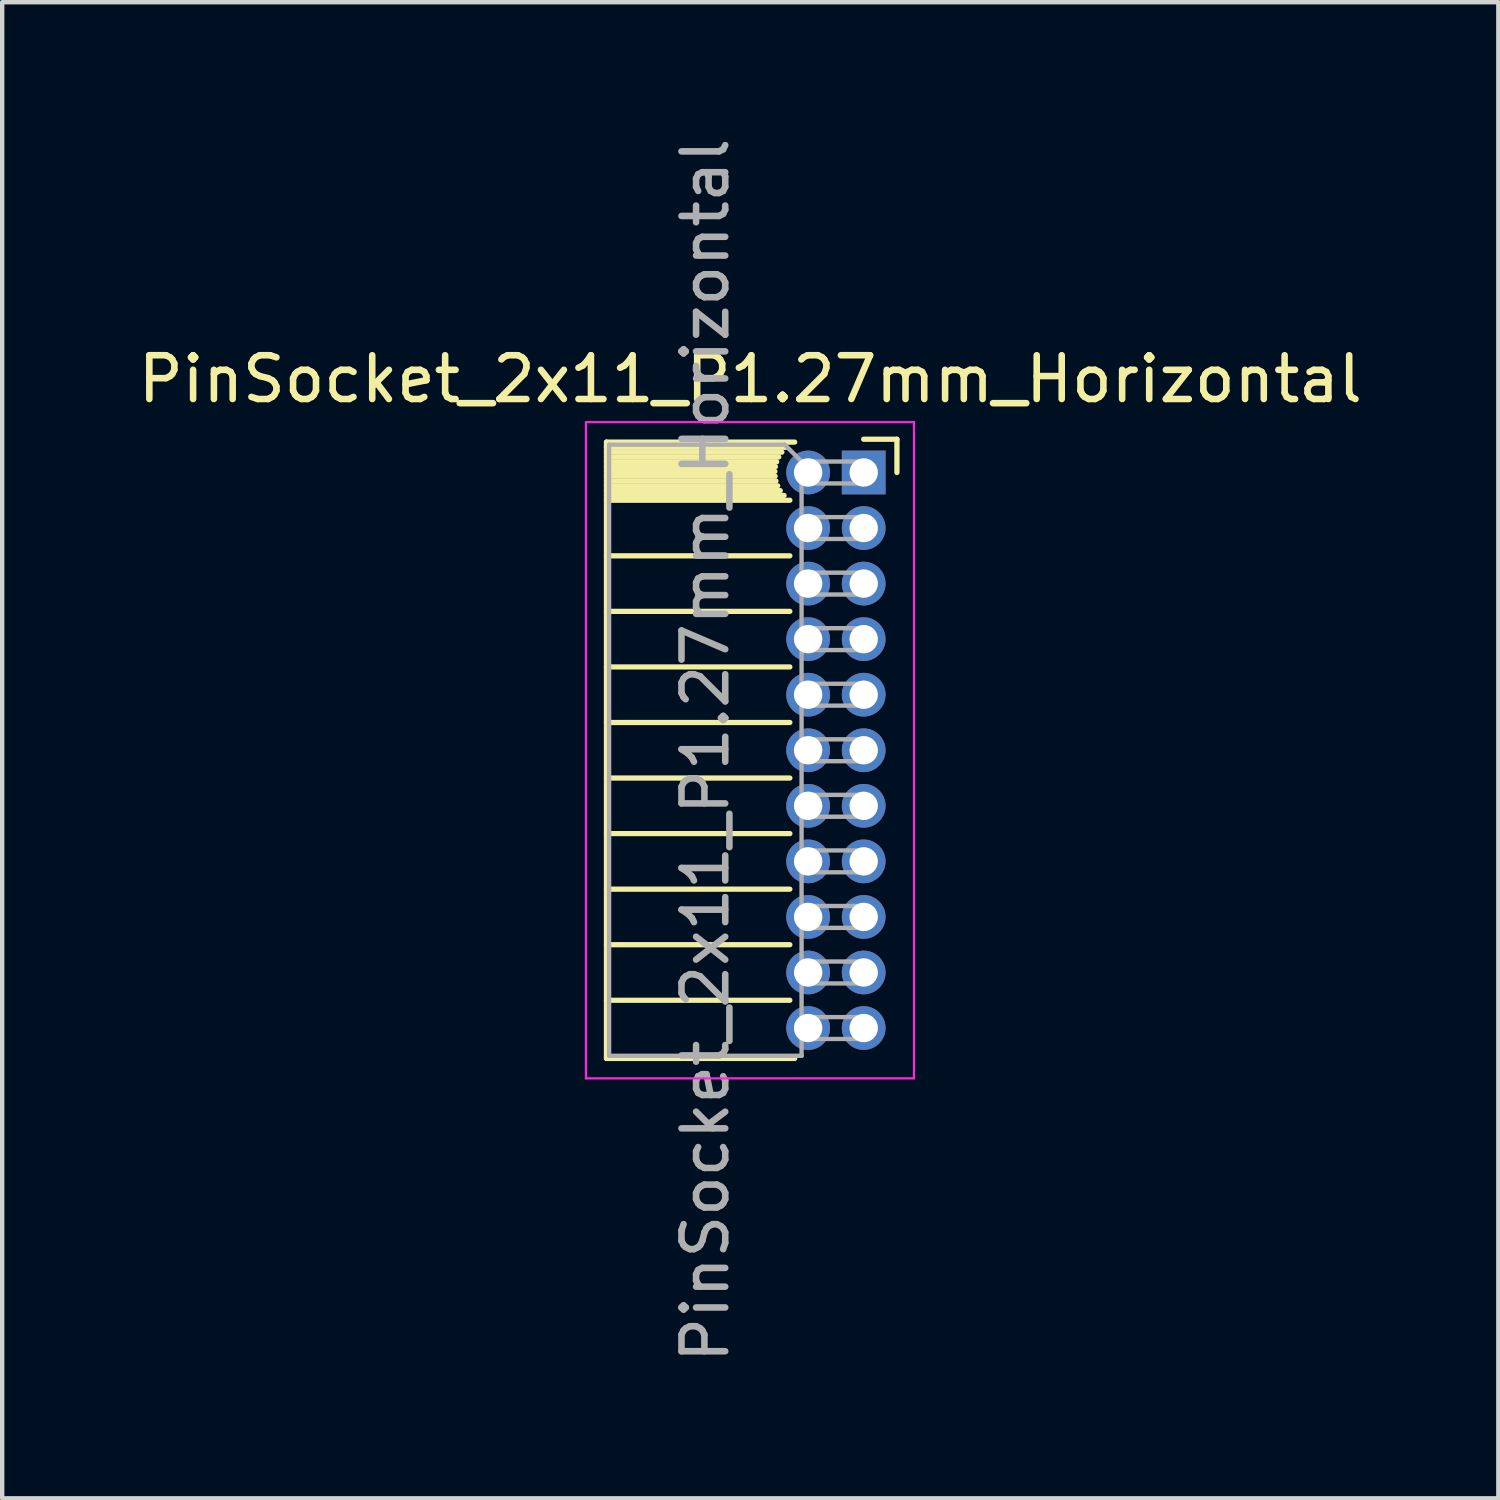
<source format=kicad_pcb>
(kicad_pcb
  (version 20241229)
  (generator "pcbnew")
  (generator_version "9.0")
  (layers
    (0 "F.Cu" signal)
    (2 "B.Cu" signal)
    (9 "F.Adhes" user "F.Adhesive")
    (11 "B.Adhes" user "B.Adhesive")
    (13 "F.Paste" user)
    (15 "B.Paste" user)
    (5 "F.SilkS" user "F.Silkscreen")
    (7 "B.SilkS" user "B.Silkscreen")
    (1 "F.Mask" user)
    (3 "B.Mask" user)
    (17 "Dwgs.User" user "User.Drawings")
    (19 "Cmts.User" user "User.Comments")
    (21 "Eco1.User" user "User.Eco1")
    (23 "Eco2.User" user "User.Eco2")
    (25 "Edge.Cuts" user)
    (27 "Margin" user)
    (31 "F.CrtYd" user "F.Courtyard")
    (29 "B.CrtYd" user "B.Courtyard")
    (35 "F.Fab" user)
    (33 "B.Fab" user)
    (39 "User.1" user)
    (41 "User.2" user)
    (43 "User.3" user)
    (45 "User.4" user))
  (footprint "PinSocket_2x11_P1.27mm_Horizontal"
    (layer "F.Cu")
    (at 16.694 7.751)
    (property "Reference" "PinSocket_2x11_P1.27mm_Horizontal" (at -2.592 -2.135 0) (layer "F.SilkS") (effects (font (size 1 1) (thickness 0.15))))
    (attr through_hole)
    (fp_line (start -5.88 -0.695) (end -5.88 13.395) (stroke (width 0.12) (type solid)) (layer "F.SilkS"))
    (fp_line (start -5.88 -0.695) (end -1.578 -0.695) (stroke (width 0.12) (type solid)) (layer "F.SilkS"))
    (fp_line (start -5.88 -0.575) (end -1.767 -0.575) (stroke (width 0.12) (type solid)) (layer "F.SilkS"))
    (fp_line (start -5.88 -0.465) (end -1.871 -0.465) (stroke (width 0.12) (type solid)) (layer "F.SilkS"))
    (fp_line (start -5.88 -0.355) (end -1.942 -0.355) (stroke (width 0.12) (type solid)) (layer "F.SilkS"))
    (fp_line (start -5.88 -0.245) (end -1.989 -0.245) (stroke (width 0.12) (type solid)) (layer "F.SilkS"))
    (fp_line (start -5.88 -0.135) (end -2.018 -0.135) (stroke (width 0.12) (type solid)) (layer "F.SilkS"))
    (fp_line (start -5.88 -0.025) (end -2.03 -0.025) (stroke (width 0.12) (type solid)) (layer "F.SilkS"))
    (fp_line (start -5.88 0.085) (end -2.025 0.085) (stroke (width 0.12) (type solid)) (layer "F.SilkS"))
    (fp_line (start -5.88 0.195) (end -2.005 0.195) (stroke (width 0.12) (type solid)) (layer "F.SilkS"))
    (fp_line (start -5.88 0.305) (end -1.966 0.305) (stroke (width 0.12) (type solid)) (layer "F.SilkS"))
    (fp_line (start -5.88 0.415) (end -1.907 0.415) (stroke (width 0.12) (type solid)) (layer "F.SilkS"))
    (fp_line (start -5.88 0.525) (end -1.82 0.525) (stroke (width 0.12) (type solid)) (layer "F.SilkS"))
    (fp_line (start -5.88 0.635) (end -1.688 0.635) (stroke (width 0.12) (type solid)) (layer "F.SilkS"))
    (fp_line (start -5.88 1.905) (end -1.688 1.905) (stroke (width 0.12) (type solid)) (layer "F.SilkS"))
    (fp_line (start -5.88 3.175) (end -1.688 3.175) (stroke (width 0.12) (type solid)) (layer "F.SilkS"))
    (fp_line (start -5.88 4.445) (end -1.688 4.445) (stroke (width 0.12) (type solid)) (layer "F.SilkS"))
    (fp_line (start -5.88 5.715) (end -1.688 5.715) (stroke (width 0.12) (type solid)) (layer "F.SilkS"))
    (fp_line (start -5.88 6.985) (end -1.688 6.985) (stroke (width 0.12) (type solid)) (layer "F.SilkS"))
    (fp_line (start -5.88 8.255) (end -1.688 8.255) (stroke (width 0.12) (type solid)) (layer "F.SilkS"))
    (fp_line (start -5.88 9.525) (end -1.688 9.525) (stroke (width 0.12) (type solid)) (layer "F.SilkS"))
    (fp_line (start -5.88 10.795) (end -1.688 10.795) (stroke (width 0.12) (type solid)) (layer "F.SilkS"))
    (fp_line (start -5.88 12.065) (end -1.688 12.065) (stroke (width 0.12) (type solid)) (layer "F.SilkS"))
    (fp_line (start -5.88 13.395) (end -1.578 13.395) (stroke (width 0.12) (type solid)) (layer "F.SilkS"))
    (fp_line (start 0 -0.76) (end 0.76 -0.76) (stroke (width 0.12) (type solid)) (layer "F.SilkS"))
    (fp_line (start 0.76 -0.76) (end 0.76 0) (stroke (width 0.12) (type solid)) (layer "F.SilkS"))
    (fp_line (start -6.35 -1.15) (end -6.35 13.85) (stroke (width 0.05) (type solid)) (layer "F.CrtYd"))
    (fp_line (start -6.35 13.85) (end 1.15 13.85) (stroke (width 0.05) (type solid)) (layer "F.CrtYd"))
    (fp_line (start 1.15 -1.15) (end -6.35 -1.15) (stroke (width 0.05) (type solid)) (layer "F.CrtYd"))
    (fp_line (start 1.15 13.85) (end 1.15 -1.15) (stroke (width 0.05) (type solid)) (layer "F.CrtYd"))
    (fp_line (start -5.82 -0.635) (end -1.805 -0.635) (stroke (width 0.1) (type solid)) (layer "F.Fab"))
    (fp_line (start -5.82 13.335) (end -5.82 -0.635) (stroke (width 0.1) (type solid)) (layer "F.Fab"))
    (fp_line (start -1.805 -0.635) (end -1.42 -0.25) (stroke (width 0.1) (type solid)) (layer "F.Fab"))
    (fp_line (start -1.42 -0.25) (end -1.42 13.335) (stroke (width 0.1) (type solid)) (layer "F.Fab"))
    (fp_line (start -1.42 0.25) (end 0 0.25) (stroke (width 0.1) (type solid)) (layer "F.Fab"))
    (fp_line (start -1.42 1.52) (end 0 1.52) (stroke (width 0.1) (type solid)) (layer "F.Fab"))
    (fp_line (start -1.42 2.79) (end 0 2.79) (stroke (width 0.1) (type solid)) (layer "F.Fab"))
    (fp_line (start -1.42 4.06) (end 0 4.06) (stroke (width 0.1) (type solid)) (layer "F.Fab"))
    (fp_line (start -1.42 5.33) (end 0 5.33) (stroke (width 0.1) (type solid)) (layer "F.Fab"))
    (fp_line (start -1.42 6.6) (end 0 6.6) (stroke (width 0.1) (type solid)) (layer "F.Fab"))
    (fp_line (start -1.42 7.87) (end 0 7.87) (stroke (width 0.1) (type solid)) (layer "F.Fab"))
    (fp_line (start -1.42 9.14) (end 0 9.14) (stroke (width 0.1) (type solid)) (layer "F.Fab"))
    (fp_line (start -1.42 10.41) (end 0 10.41) (stroke (width 0.1) (type solid)) (layer "F.Fab"))
    (fp_line (start -1.42 11.68) (end 0 11.68) (stroke (width 0.1) (type solid)) (layer "F.Fab"))
    (fp_line (start -1.42 12.95) (end 0 12.95) (stroke (width 0.1) (type solid)) (layer "F.Fab"))
    (fp_line (start -1.42 13.335) (end -5.82 13.335) (stroke (width 0.1) (type solid)) (layer "F.Fab"))
    (fp_line (start 0 -0.25) (end -1.42 -0.25) (stroke (width 0.1) (type solid)) (layer "F.Fab"))
    (fp_line (start 0 0.25) (end 0 -0.25) (stroke (width 0.1) (type solid)) (layer "F.Fab"))
    (fp_line (start 0 1.02) (end -1.42 1.02) (stroke (width 0.1) (type solid)) (layer "F.Fab"))
    (fp_line (start 0 1.52) (end 0 1.02) (stroke (width 0.1) (type solid)) (layer "F.Fab"))
    (fp_line (start 0 2.29) (end -1.42 2.29) (stroke (width 0.1) (type solid)) (layer "F.Fab"))
    (fp_line (start 0 2.79) (end 0 2.29) (stroke (width 0.1) (type solid)) (layer "F.Fab"))
    (fp_line (start 0 3.56) (end -1.42 3.56) (stroke (width 0.1) (type solid)) (layer "F.Fab"))
    (fp_line (start 0 4.06) (end 0 3.56) (stroke (width 0.1) (type solid)) (layer "F.Fab"))
    (fp_line (start 0 4.83) (end -1.42 4.83) (stroke (width 0.1) (type solid)) (layer "F.Fab"))
    (fp_line (start 0 5.33) (end 0 4.83) (stroke (width 0.1) (type solid)) (layer "F.Fab"))
    (fp_line (start 0 6.1) (end -1.42 6.1) (stroke (width 0.1) (type solid)) (layer "F.Fab"))
    (fp_line (start 0 6.6) (end 0 6.1) (stroke (width 0.1) (type solid)) (layer "F.Fab"))
    (fp_line (start 0 7.37) (end -1.42 7.37) (stroke (width 0.1) (type solid)) (layer "F.Fab"))
    (fp_line (start 0 7.87) (end 0 7.37) (stroke (width 0.1) (type solid)) (layer "F.Fab"))
    (fp_line (start 0 8.64) (end -1.42 8.64) (stroke (width 0.1) (type solid)) (layer "F.Fab"))
    (fp_line (start 0 9.14) (end 0 8.64) (stroke (width 0.1) (type solid)) (layer "F.Fab"))
    (fp_line (start 0 9.91) (end -1.42 9.91) (stroke (width 0.1) (type solid)) (layer "F.Fab"))
    (fp_line (start 0 10.41) (end 0 9.91) (stroke (width 0.1) (type solid)) (layer "F.Fab"))
    (fp_line (start 0 11.18) (end -1.42 11.18) (stroke (width 0.1) (type solid)) (layer "F.Fab"))
    (fp_line (start 0 11.68) (end 0 11.18) (stroke (width 0.1) (type solid)) (layer "F.Fab"))
    (fp_line (start 0 12.45) (end -1.42 12.45) (stroke (width 0.1) (type solid)) (layer "F.Fab"))
    (fp_line (start 0 12.95) (end 0 12.45) (stroke (width 0.1) (type solid)) (layer "F.Fab"))
    (fp_text user "${REFERENCE}" (at -3.62 6.35 90) (layer "F.Fab") (effects (font (size 1 1) (thickness 0.15))))
    (pad "1" thru_hole rect (at 0 0) (size 1 1) (drill 0.65) (layers "*.Cu" "*.Mask"))
    (pad "2" thru_hole circle (at -1.27 0) (size 1 1) (drill 0.65) (layers "*.Cu" "*.Mask"))
    (pad "3" thru_hole circle (at 0 1.27) (size 1 1) (drill 0.65) (layers "*.Cu" "*.Mask"))
    (pad "4" thru_hole circle (at -1.27 1.27) (size 1 1) (drill 0.65) (layers "*.Cu" "*.Mask"))
    (pad "5" thru_hole circle (at 0 2.54) (size 1 1) (drill 0.65) (layers "*.Cu" "*.Mask"))
    (pad "6" thru_hole circle (at -1.27 2.54) (size 1 1) (drill 0.65) (layers "*.Cu" "*.Mask"))
    (pad "7" thru_hole circle (at 0 3.81) (size 1 1) (drill 0.65) (layers "*.Cu" "*.Mask"))
    (pad "8" thru_hole circle (at -1.27 3.81) (size 1 1) (drill 0.65) (layers "*.Cu" "*.Mask"))
    (pad "9" thru_hole circle (at 0 5.08) (size 1 1) (drill 0.65) (layers "*.Cu" "*.Mask"))
    (pad "10" thru_hole circle (at -1.27 5.08) (size 1 1) (drill 0.65) (layers "*.Cu" "*.Mask"))
    (pad "11" thru_hole circle (at 0 6.35) (size 1 1) (drill 0.65) (layers "*.Cu" "*.Mask"))
    (pad "12" thru_hole circle (at -1.27 6.35) (size 1 1) (drill 0.65) (layers "*.Cu" "*.Mask"))
    (pad "13" thru_hole circle (at 0 7.62) (size 1 1) (drill 0.65) (layers "*.Cu" "*.Mask"))
    (pad "14" thru_hole circle (at -1.27 7.62) (size 1 1) (drill 0.65) (layers "*.Cu" "*.Mask"))
    (pad "15" thru_hole circle (at 0 8.89) (size 1 1) (drill 0.65) (layers "*.Cu" "*.Mask"))
    (pad "16" thru_hole circle (at -1.27 8.89) (size 1 1) (drill 0.65) (layers "*.Cu" "*.Mask"))
    (pad "17" thru_hole circle (at 0 10.16) (size 1 1) (drill 0.65) (layers "*.Cu" "*.Mask"))
    (pad "18" thru_hole circle (at -1.27 10.16) (size 1 1) (drill 0.65) (layers "*.Cu" "*.Mask"))
    (pad "19" thru_hole circle (at 0 11.43) (size 1 1) (drill 0.65) (layers "*.Cu" "*.Mask"))
    (pad "20" thru_hole circle (at -1.27 11.43) (size 1 1) (drill 0.65) (layers "*.Cu" "*.Mask"))
    (pad "21" thru_hole circle (at 0 12.7) (size 1 1) (drill 0.65) (layers "*.Cu" "*.Mask"))
    (pad "22" thru_hole circle (at -1.27 12.7) (size 1 1) (drill 0.65) (layers "*.Cu" "*.Mask")))
  (gr_rect
    (start -3 -3)
    (end 31.202 31.202)
    (stroke (width 0.1) (type default))
    (fill no)
    (layer "Edge.Cuts")))
</source>
